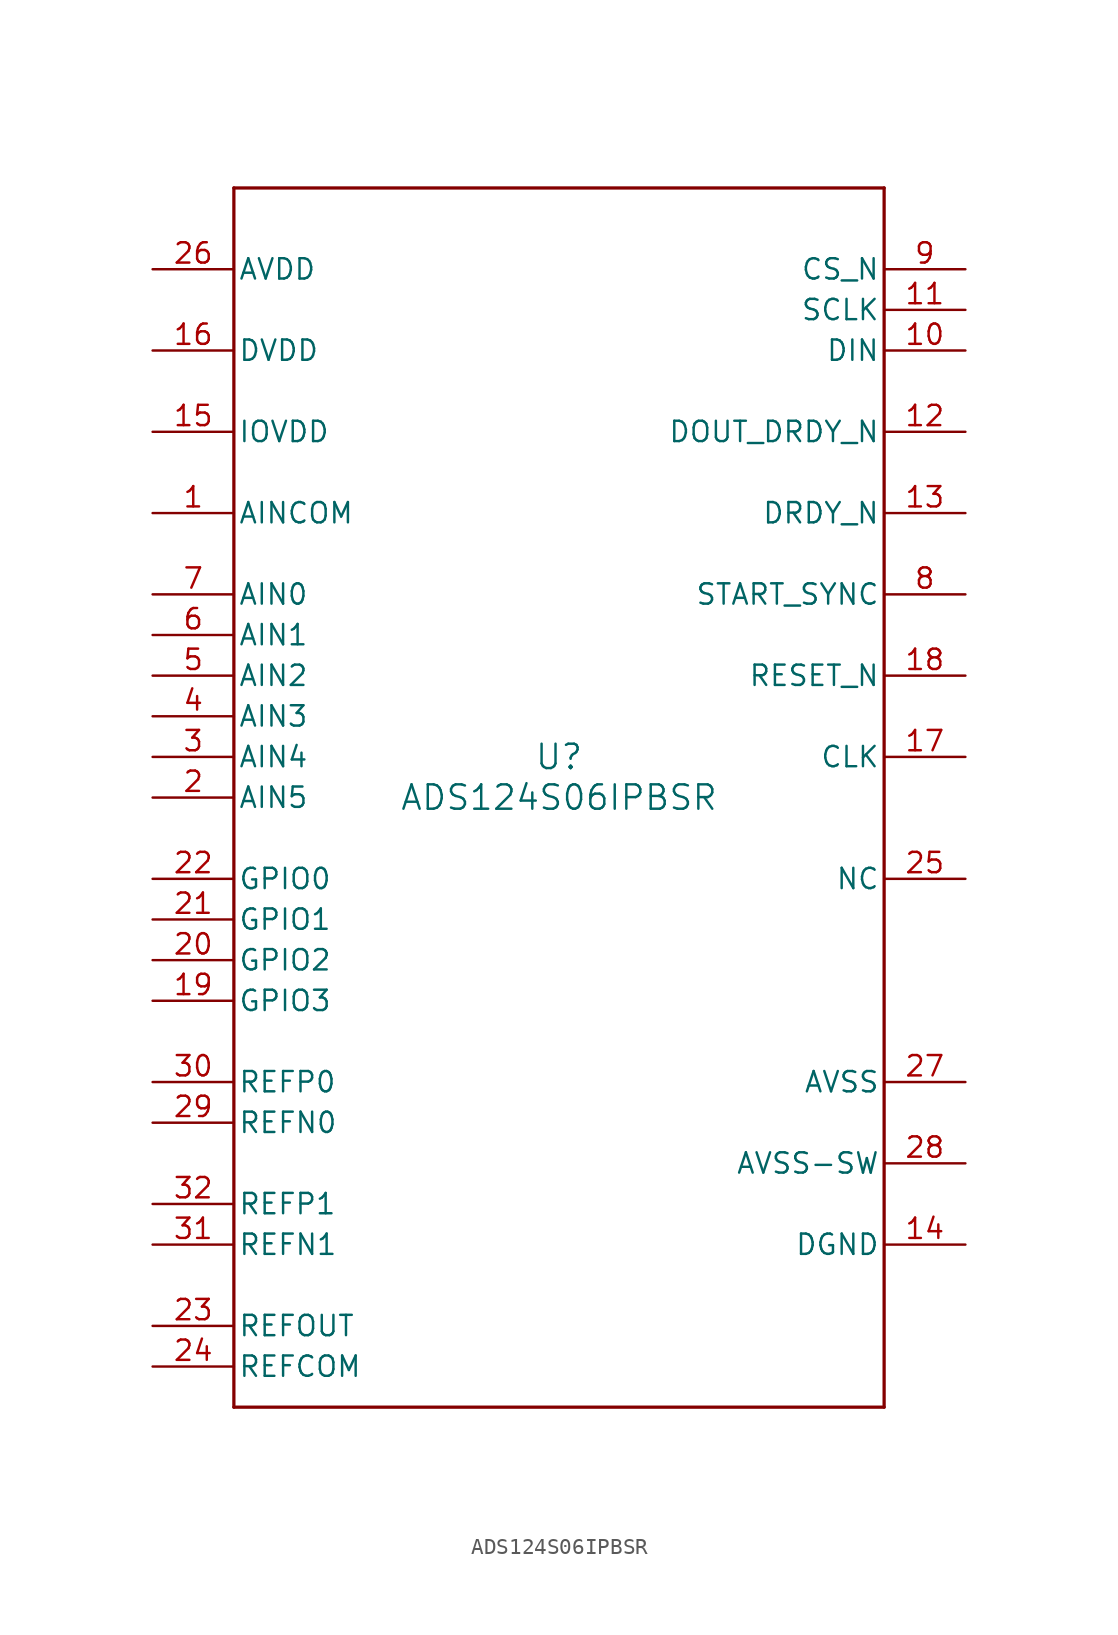
<source format=kicad_sym>
(kicad_symbol_lib
  (version 20211014)
  (generator kicad_symbol_editor)
  (symbol "ADS124S06IPBSR"
    (pin_names
      (offset 0.254))
    (property "Reference" "U"
      (at 0 2.54 0)
      (effects (font (size 1.524 1.524))))
    (property "Value" "ADS124S06IPBSR"
      (at 0 0 0)
      (effects (font (size 1.524 1.524))))
    (symbol "ADS124S06IPBSR_0_1"
      (polyline (pts (xy -20.32 -38.1) (xy 20.32 -38.1)) (stroke (width 0.203) (type default) (color 0 0 0 0)) (fill (type none)))
      (polyline (pts (xy 20.32 -38.1) (xy 20.32 38.1)) (stroke (width 0.203) (type default) (color 0 0 0 0)) (fill (type none)))
      (polyline (pts (xy 20.32 38.1) (xy -20.32 38.1)) (stroke (width 0.203) (type default) (color 0 0 0 0)) (fill (type none)))
      (polyline (pts (xy -20.32 38.1) (xy -20.32 -38.1)) (stroke (width 0.203) (type default) (color 0 0 0 0)) (fill (type none)))
      (pin input line (at -25.4 17.78 0) (length 5.08) (name "AINCOM" (effects (font (size 1.27 1.27)))) (number "1" (effects (font (size 1.27 1.27)))))
      (pin input line (at -25.4 0 0) (length 5.08) (name "AIN5" (effects (font (size 1.27 1.27)))) (number "2" (effects (font (size 1.27 1.27)))))
      (pin input line (at -25.4 2.54 0) (length 5.08) (name "AIN4" (effects (font (size 1.27 1.27)))) (number "3" (effects (font (size 1.27 1.27)))))
      (pin input line (at -25.4 5.08 0) (length 5.08) (name "AIN3" (effects (font (size 1.27 1.27)))) (number "4" (effects (font (size 1.27 1.27)))))
      (pin input line (at -25.4 7.62 0) (length 5.08) (name "AIN2" (effects (font (size 1.27 1.27)))) (number "5" (effects (font (size 1.27 1.27)))))
      (pin input line (at -25.4 10.16 0) (length 5.08) (name "AIN1" (effects (font (size 1.27 1.27)))) (number "6" (effects (font (size 1.27 1.27)))))
      (pin input line (at -25.4 12.7 0) (length 5.08) (name "AIN0" (effects (font (size 1.27 1.27)))) (number "7" (effects (font (size 1.27 1.27)))))
      (pin input line (at 25.4 12.7 180) (length 5.08) (name "START_SYNC" (effects (font (size 1.27 1.27)))) (number "8" (effects (font (size 1.27 1.27)))))
      (pin input line (at 25.4 33.02 180) (length 5.08) (name "CS_N" (effects (font (size 1.27 1.27)))) (number "9" (effects (font (size 1.27 1.27)))))
      (pin input line (at 25.4 27.94 180) (length 5.08) (name "DIN" (effects (font (size 1.27 1.27)))) (number "10" (effects (font (size 1.27 1.27)))))
      (pin input line (at 25.4 30.48 180) (length 5.08) (name "SCLK" (effects (font (size 1.27 1.27)))) (number "11" (effects (font (size 1.27 1.27)))))
      (pin output line (at 25.4 22.86 180) (length 5.08) (name "DOUT_DRDY_N" (effects (font (size 1.27 1.27)))) (number "12" (effects (font (size 1.27 1.27)))))
      (pin output line (at 25.4 17.78 180) (length 5.08) (name "DRDY_N" (effects (font (size 1.27 1.27)))) (number "13" (effects (font (size 1.27 1.27)))))
      (pin power_in line (at 25.4 -27.94 180) (length 5.08) (name "DGND" (effects (font (size 1.27 1.27)))) (number "14" (effects (font (size 1.27 1.27)))))
      (pin power_in line (at -25.4 22.86 0) (length 5.08) (name "IOVDD" (effects (font (size 1.27 1.27)))) (number "15" (effects (font (size 1.27 1.27)))))
      (pin power_in line (at -25.4 27.94 0) (length 5.08) (name "DVDD" (effects (font (size 1.27 1.27)))) (number "16" (effects (font (size 1.27 1.27)))))
      (pin input line (at 25.4 2.54 180) (length 5.08) (name "CLK" (effects (font (size 1.27 1.27)))) (number "17" (effects (font (size 1.27 1.27)))))
      (pin input line (at 25.4 7.62 180) (length 5.08) (name "RESET_N" (effects (font (size 1.27 1.27)))) (number "18" (effects (font (size 1.27 1.27)))))
      (pin bidirectional line (at -25.4 -12.7 0) (length 5.08) (name "GPIO3" (effects (font (size 1.27 1.27)))) (number "19" (effects (font (size 1.27 1.27)))))
      (pin bidirectional line (at -25.4 -10.16 0) (length 5.08) (name "GPIO2" (effects (font (size 1.27 1.27)))) (number "20" (effects (font (size 1.27 1.27)))))
      (pin bidirectional line (at -25.4 -7.62 0) (length 5.08) (name "GPIO1" (effects (font (size 1.27 1.27)))) (number "21" (effects (font (size 1.27 1.27)))))
      (pin bidirectional line (at -25.4 -5.08 0) (length 5.08) (name "GPIO0" (effects (font (size 1.27 1.27)))) (number "22" (effects (font (size 1.27 1.27)))))
      (pin output line (at -25.4 -33.02 0) (length 5.08) (name "REFOUT" (effects (font (size 1.27 1.27)))) (number "23" (effects (font (size 1.27 1.27)))))
      (pin output line (at -25.4 -35.56 0) (length 5.08) (name "REFCOM" (effects (font (size 1.27 1.27)))) (number "24" (effects (font (size 1.27 1.27)))))
      (pin unspecified line (at 25.4 -5.08 180) (length 5.08) (name "NC" (effects (font (size 1.27 1.27)))) (number "25" (effects (font (size 1.27 1.27)))))
      (pin power_in line (at -25.4 33.02 0) (length 5.08) (name "AVDD" (effects (font (size 1.27 1.27)))) (number "26" (effects (font (size 1.27 1.27)))))
      (pin power_in line (at 25.4 -17.78 180) (length 5.08) (name "AVSS" (effects (font (size 1.27 1.27)))) (number "27" (effects (font (size 1.27 1.27)))))
      (pin power_in line (at 25.4 -22.86 180) (length 5.08) (name "AVSS-SW" (effects (font (size 1.27 1.27)))) (number "28" (effects (font (size 1.27 1.27)))))
      (pin input line (at -25.4 -20.32 0) (length 5.08) (name "REFN0" (effects (font (size 1.27 1.27)))) (number "29" (effects (font (size 1.27 1.27)))))
      (pin input line (at -25.4 -17.78 0) (length 5.08) (name "REFP0" (effects (font (size 1.27 1.27)))) (number "30" (effects (font (size 1.27 1.27)))))
      (pin input line (at -25.4 -27.94 0) (length 5.08) (name "REFN1" (effects (font (size 1.27 1.27)))) (number "31" (effects (font (size 1.27 1.27)))))
      (pin input line (at -25.4 -25.4 0) (length 5.08) (name "REFP1" (effects (font (size 1.27 1.27)))) (number "32" (effects (font (size 1.27 1.27))))))))
</source>
